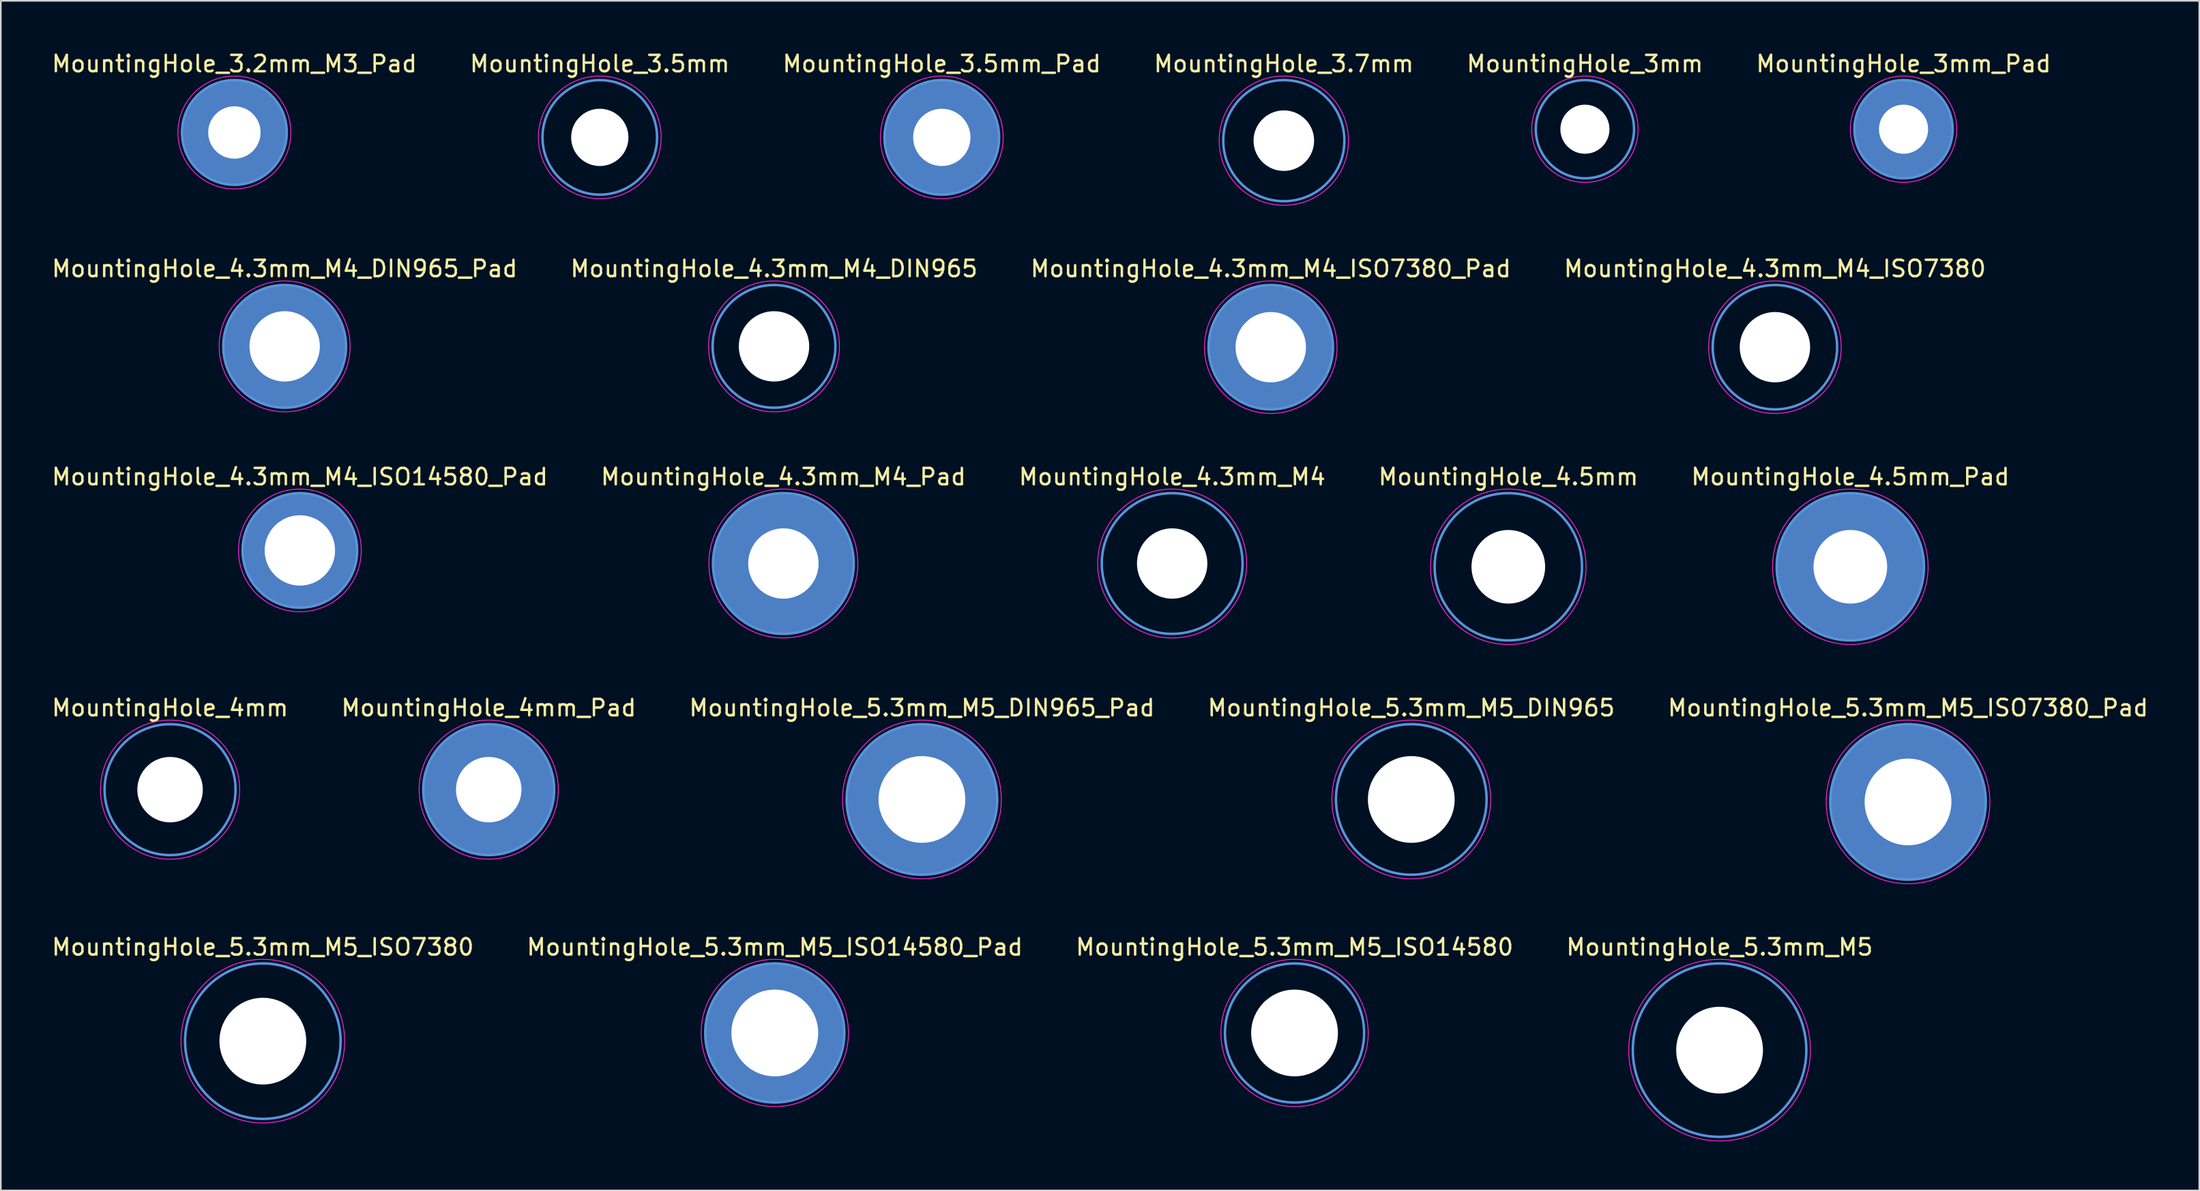
<source format=kicad_pcb>
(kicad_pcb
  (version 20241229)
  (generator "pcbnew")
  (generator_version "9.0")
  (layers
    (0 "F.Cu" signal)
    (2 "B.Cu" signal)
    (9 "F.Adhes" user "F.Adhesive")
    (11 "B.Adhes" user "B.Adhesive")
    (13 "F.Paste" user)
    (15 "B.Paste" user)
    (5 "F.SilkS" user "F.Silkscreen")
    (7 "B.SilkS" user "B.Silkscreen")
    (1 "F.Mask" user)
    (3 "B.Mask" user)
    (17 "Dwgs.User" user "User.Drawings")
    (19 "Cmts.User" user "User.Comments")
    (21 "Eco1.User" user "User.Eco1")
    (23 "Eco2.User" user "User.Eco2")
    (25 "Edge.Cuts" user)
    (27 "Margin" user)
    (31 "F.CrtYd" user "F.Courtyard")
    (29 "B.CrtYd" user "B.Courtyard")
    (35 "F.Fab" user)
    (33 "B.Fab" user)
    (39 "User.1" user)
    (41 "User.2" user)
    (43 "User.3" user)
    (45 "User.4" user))
  (footprint "MountingHole_4.5mm_Pad"
    (layer "F.Cu")
    (at 109.982 31.595)
    (property "Reference" "MountingHole_4.5mm_Pad" (at 0 -5.5 0) (layer "F.SilkS") (effects (font (size 1 1) (thickness 0.15))))
    (attr through_hole)
    (fp_circle (center 0 0) (end 4.5 0) (stroke (width 0.15) (type solid)) (fill no) (layer "Cmts.User"))
    (fp_circle (center 0 0) (end 4.75 0) (stroke (width 0.05) (type solid)) (fill no) (layer "F.CrtYd"))
    (pad "1" thru_hole circle (at 0 0) (size 9 9) (drill 4.5) (layers "*.Cu" "*.Mask")))
  (footprint "MountingHole_4.3mm_M4_DIN965_Pad"
    (layer "F.Cu")
    (at 14.339 18.122)
    (property "Reference" "MountingHole_4.3mm_M4_DIN965_Pad" (at 0 -4.75 0) (layer "F.SilkS") (effects (font (size 1 1) (thickness 0.15))))
    (attr through_hole)
    (fp_circle (center 0 0) (end 3.75 0) (stroke (width 0.15) (type solid)) (fill no) (layer "Cmts.User"))
    (fp_circle (center 0 0) (end 4 0) (stroke (width 0.05) (type solid)) (fill no) (layer "F.CrtYd"))
    (pad "1" thru_hole circle (at 0 0) (size 7.5 7.5) (drill 4.3) (layers "*.Cu" "*.Mask")))
  (footprint "MountingHole_4.3mm_M4_ISO7380_Pad"
    (layer "F.Cu")
    (at 74.577 18.172)
    (property "Reference" "MountingHole_4.3mm_M4_ISO7380_Pad" (at 0 -4.8 0) (layer "F.SilkS") (effects (font (size 1 1) (thickness 0.15))))
    (attr through_hole)
    (fp_circle (center 0 0) (end 3.8 0) (stroke (width 0.15) (type solid)) (fill no) (layer "Cmts.User"))
    (fp_circle (center 0 0) (end 4.05 0) (stroke (width 0.05) (type solid)) (fill no) (layer "F.CrtYd"))
    (pad "1" thru_hole circle (at 0 0) (size 7.6 7.6) (drill 4.3) (layers "*.Cu" "*.Mask")))
  (footprint "MountingHole_5.3mm_M5_ISO14580_Pad"
    (layer "F.Cu")
    (at 44.28 60.091)
    (property "Reference" "MountingHole_5.3mm_M5_ISO14580_Pad" (at 0 -5.25 0) (layer "F.SilkS") (effects (font (size 1 1) (thickness 0.15))))
    (attr through_hole)
    (fp_circle (center 0 0) (end 4.25 0) (stroke (width 0.15) (type solid)) (fill no) (layer "Cmts.User"))
    (fp_circle (center 0 0) (end 4.5 0) (stroke (width 0.05) (type solid)) (fill no) (layer "F.CrtYd"))
    (pad "1" thru_hole circle (at 0 0) (size 8.5 8.5) (drill 5.3) (layers "*.Cu" "*.Mask")))
  (footprint "MountingHole_3.7mm"
    (layer "F.Cu")
    (at 75.375 5.548)
    (property "Reference" "MountingHole_3.7mm" (at 0 -4.7 0) (layer "F.SilkS") (effects (font (size 1 1) (thickness 0.15))))
    (attr through_hole)
    (fp_circle (center 0 0) (end 3.7 0) (stroke (width 0.15) (type solid)) (fill no) (layer "Cmts.User"))
    (fp_circle (center 0 0) (end 3.95 0) (stroke (width 0.05) (type solid)) (fill no) (layer "F.CrtYd"))
    (pad "" np_thru_hole circle (at 0 0) (size 3.7 3.7) (drill 3.7) (layers "*.Cu" "*.Mask")))
  (footprint "MountingHole_5.3mm_M5_DIN965"
    (layer "F.Cu")
    (at 83.161 45.818)
    (property "Reference" "MountingHole_5.3mm_M5_DIN965" (at 0 -5.6 0) (layer "F.SilkS") (effects (font (size 1 1) (thickness 0.15))))
    (attr through_hole)
    (fp_circle (center 0 0) (end 4.6 0) (stroke (width 0.15) (type solid)) (fill no) (layer "Cmts.User"))
    (fp_circle (center 0 0) (end 4.85 0) (stroke (width 0.05) (type solid)) (fill no) (layer "F.CrtYd"))
    (pad "" np_thru_hole circle (at 0 0) (size 5.3 5.3) (drill 5.3) (layers "*.Cu" "*.Mask")))
  (footprint "MountingHole_5.3mm_M5_ISO7380"
    (layer "F.Cu")
    (at 13.006 60.591)
    (property "Reference" "MountingHole_5.3mm_M5_ISO7380" (at 0 -5.75 0) (layer "F.SilkS") (effects (font (size 1 1) (thickness 0.15))))
    (attr through_hole)
    (fp_circle (center 0 0) (end 4.75 0) (stroke (width 0.15) (type solid)) (fill no) (layer "Cmts.User"))
    (fp_circle (center 0 0) (end 5 0) (stroke (width 0.05) (type solid)) (fill no) (layer "F.CrtYd"))
    (pad "" np_thru_hole circle (at 0 0) (size 5.3 5.3) (drill 5.3) (layers "*.Cu" "*.Mask")))
  (footprint "MountingHole_3.2mm_M3_Pad"
    (layer "F.Cu")
    (at 11.268 5.048)
    (property "Reference" "MountingHole_3.2mm_M3_Pad" (at 0 -4.2 0) (layer "F.SilkS") (effects (font (size 1 1) (thickness 0.15))))
    (attr through_hole)
    (fp_circle (center 0 0) (end 3.2 0) (stroke (width 0.15) (type solid)) (fill no) (layer "Cmts.User"))
    (fp_circle (center 0 0) (end 3.45 0) (stroke (width 0.05) (type solid)) (fill no) (layer "F.CrtYd"))
    (pad "1" thru_hole circle (at 0 0) (size 6.4 6.4) (drill 3.2) (layers "*.Cu" "*.Mask")))
  (footprint "MountingHole_5.3mm_M5_ISO7380_Pad"
    (layer "F.Cu")
    (at 113.506 45.968)
    (property "Reference" "MountingHole_5.3mm_M5_ISO7380_Pad" (at 0 -5.75 0) (layer "F.SilkS") (effects (font (size 1 1) (thickness 0.15))))
    (attr through_hole)
    (fp_circle (center 0 0) (end 4.75 0) (stroke (width 0.15) (type solid)) (fill no) (layer "Cmts.User"))
    (fp_circle (center 0 0) (end 5 0) (stroke (width 0.05) (type solid)) (fill no) (layer "F.CrtYd"))
    (pad "1" thru_hole circle (at 0 0) (size 9.5 9.5) (drill 5.3) (layers "*.Cu" "*.Mask")))
  (footprint "MountingHole_4mm"
    (layer "F.Cu")
    (at 7.339 45.218)
    (property "Reference" "MountingHole_4mm" (at 0 -5 0) (layer "F.SilkS") (effects (font (size 1 1) (thickness 0.15))))
    (attr through_hole)
    (fp_circle (center 0 0) (end 4 0) (stroke (width 0.15) (type solid)) (fill no) (layer "Cmts.User"))
    (fp_circle (center 0 0) (end 4.25 0) (stroke (width 0.05) (type solid)) (fill no) (layer "F.CrtYd"))
    (pad "" np_thru_hole circle (at 0 0) (size 4 4) (drill 4) (layers "*.Cu" "*.Mask")))
  (footprint "MountingHole_4.5mm"
    (layer "F.Cu")
    (at 89.089 31.595)
    (property "Reference" "MountingHole_4.5mm" (at 0 -5.5 0) (layer "F.SilkS") (effects (font (size 1 1) (thickness 0.15))))
    (attr through_hole)
    (fp_circle (center 0 0) (end 4.5 0) (stroke (width 0.15) (type solid)) (fill no) (layer "Cmts.User"))
    (fp_circle (center 0 0) (end 4.75 0) (stroke (width 0.05) (type solid)) (fill no) (layer "F.CrtYd"))
    (pad "" np_thru_hole circle (at 0 0) (size 4.5 4.5) (drill 4.5) (layers "*.Cu" "*.Mask")))
  (footprint "MountingHole_5.3mm_M5"
    (layer "F.Cu")
    (at 101.994 61.141)
    (property "Reference" "MountingHole_5.3mm_M5" (at 0 -6.3 0) (layer "F.SilkS") (effects (font (size 1 1) (thickness 0.15))))
    (attr through_hole)
    (fp_circle (center 0 0) (end 5.3 0) (stroke (width 0.15) (type solid)) (fill no) (layer "Cmts.User"))
    (fp_circle (center 0 0) (end 5.55 0) (stroke (width 0.05) (type solid)) (fill no) (layer "F.CrtYd"))
    (pad "" np_thru_hole circle (at 0 0) (size 5.3 5.3) (drill 5.3) (layers "*.Cu" "*.Mask")))
  (footprint "MountingHole_3.5mm_Pad"
    (layer "F.Cu")
    (at 54.482 5.348)
    (property "Reference" "MountingHole_3.5mm_Pad" (at 0 -4.5 0) (layer "F.SilkS") (effects (font (size 1 1) (thickness 0.15))))
    (attr through_hole)
    (fp_circle (center 0 0) (end 3.5 0) (stroke (width 0.15) (type solid)) (fill no) (layer "Cmts.User"))
    (fp_circle (center 0 0) (end 3.75 0) (stroke (width 0.05) (type solid)) (fill no) (layer "F.CrtYd"))
    (pad "1" thru_hole circle (at 0 0) (size 7 7) (drill 3.5) (layers "*.Cu" "*.Mask")))
  (footprint "MountingHole_5.3mm_M5_DIN965_Pad"
    (layer "F.Cu")
    (at 53.268 45.818)
    (property "Reference" "MountingHole_5.3mm_M5_DIN965_Pad" (at 0 -5.6 0) (layer "F.SilkS") (effects (font (size 1 1) (thickness 0.15))))
    (attr through_hole)
    (fp_circle (center 0 0) (end 4.6 0) (stroke (width 0.15) (type solid)) (fill no) (layer "Cmts.User"))
    (fp_circle (center 0 0) (end 4.85 0) (stroke (width 0.05) (type solid)) (fill no) (layer "F.CrtYd"))
    (pad "1" thru_hole circle (at 0 0) (size 9.2 9.2) (drill 5.3) (layers "*.Cu" "*.Mask")))
  (footprint "MountingHole_4.3mm_M4_DIN965"
    (layer "F.Cu")
    (at 44.232 18.122)
    (property "Reference" "MountingHole_4.3mm_M4_DIN965" (at 0 -4.75 0) (layer "F.SilkS") (effects (font (size 1 1) (thickness 0.15))))
    (attr through_hole)
    (fp_circle (center 0 0) (end 3.75 0) (stroke (width 0.15) (type solid)) (fill no) (layer "Cmts.User"))
    (fp_circle (center 0 0) (end 4 0) (stroke (width 0.05) (type solid)) (fill no) (layer "F.CrtYd"))
    (pad "" np_thru_hole circle (at 0 0) (size 4.3 4.3) (drill 4.3) (layers "*.Cu" "*.Mask")))
  (footprint "MountingHole_4.3mm_M4_Pad"
    (layer "F.Cu")
    (at 44.804 31.395)
    (property "Reference" "MountingHole_4.3mm_M4_Pad" (at 0 -5.3 0) (layer "F.SilkS") (effects (font (size 1 1) (thickness 0.15))))
    (attr through_hole)
    (fp_circle (center 0 0) (end 4.3 0) (stroke (width 0.15) (type solid)) (fill no) (layer "Cmts.User"))
    (fp_circle (center 0 0) (end 4.55 0) (stroke (width 0.05) (type solid)) (fill no) (layer "F.CrtYd"))
    (pad "1" thru_hole circle (at 0 0) (size 8.6 8.6) (drill 4.3) (layers "*.Cu" "*.Mask")))
  (footprint "MountingHole_3.5mm"
    (layer "F.Cu")
    (at 33.589 5.348)
    (property "Reference" "MountingHole_3.5mm" (at 0 -4.5 0) (layer "F.SilkS") (effects (font (size 1 1) (thickness 0.15))))
    (attr through_hole)
    (fp_circle (center 0 0) (end 3.5 0) (stroke (width 0.15) (type solid)) (fill no) (layer "Cmts.User"))
    (fp_circle (center 0 0) (end 3.75 0) (stroke (width 0.05) (type solid)) (fill no) (layer "F.CrtYd"))
    (pad "" np_thru_hole circle (at 0 0) (size 3.5 3.5) (drill 3.5) (layers "*.Cu" "*.Mask")))
  (footprint "MountingHole_3mm_Pad"
    (layer "F.Cu")
    (at 113.232 4.848)
    (property "Reference" "MountingHole_3mm_Pad" (at 0 -4 0) (layer "F.SilkS") (effects (font (size 1 1) (thickness 0.15))))
    (attr through_hole)
    (fp_circle (center 0 0) (end 3 0) (stroke (width 0.15) (type solid)) (fill no) (layer "Cmts.User"))
    (fp_circle (center 0 0) (end 3.25 0) (stroke (width 0.05) (type solid)) (fill no) (layer "F.CrtYd"))
    (pad "1" thru_hole circle (at 0 0) (size 6 6) (drill 3) (layers "*.Cu" "*.Mask")))
  (footprint "MountingHole_4.3mm_M4_ISO7380"
    (layer "F.Cu")
    (at 105.375 18.172)
    (property "Reference" "MountingHole_4.3mm_M4_ISO7380" (at 0 -4.8 0) (layer "F.SilkS") (effects (font (size 1 1) (thickness 0.15))))
    (attr through_hole)
    (fp_circle (center 0 0) (end 3.8 0) (stroke (width 0.15) (type solid)) (fill no) (layer "Cmts.User"))
    (fp_circle (center 0 0) (end 4.05 0) (stroke (width 0.05) (type solid)) (fill no) (layer "F.CrtYd"))
    (pad "" np_thru_hole circle (at 0 0) (size 4.3 4.3) (drill 4.3) (layers "*.Cu" "*.Mask")))
  (footprint "MountingHole_4mm_Pad"
    (layer "F.Cu")
    (at 26.804 45.218)
    (property "Reference" "MountingHole_4mm_Pad" (at 0 -5 0) (layer "F.SilkS") (effects (font (size 1 1) (thickness 0.15))))
    (attr through_hole)
    (fp_circle (center 0 0) (end 4 0) (stroke (width 0.15) (type solid)) (fill no) (layer "Cmts.User"))
    (fp_circle (center 0 0) (end 4.25 0) (stroke (width 0.05) (type solid)) (fill no) (layer "F.CrtYd"))
    (pad "1" thru_hole circle (at 0 0) (size 8 8) (drill 4) (layers "*.Cu" "*.Mask")))
  (footprint "MountingHole_5.3mm_M5_ISO14580"
    (layer "F.Cu")
    (at 76.03 60.091)
    (property "Reference" "MountingHole_5.3mm_M5_ISO14580" (at 0 -5.25 0) (layer "F.SilkS") (effects (font (size 1 1) (thickness 0.15))))
    (attr through_hole)
    (fp_circle (center 0 0) (end 4.25 0) (stroke (width 0.15) (type solid)) (fill no) (layer "Cmts.User"))
    (fp_circle (center 0 0) (end 4.5 0) (stroke (width 0.05) (type solid)) (fill no) (layer "F.CrtYd"))
    (pad "" np_thru_hole circle (at 0 0) (size 5.3 5.3) (drill 5.3) (layers "*.Cu" "*.Mask")))
  (footprint "MountingHole_4.3mm_M4_ISO14580_Pad"
    (layer "F.Cu")
    (at 15.268 30.595)
    (property "Reference" "MountingHole_4.3mm_M4_ISO14580_Pad" (at 0 -4.5 0) (layer "F.SilkS") (effects (font (size 1 1) (thickness 0.15))))
    (attr through_hole)
    (fp_circle (center 0 0) (end 3.5 0) (stroke (width 0.15) (type solid)) (fill no) (layer "Cmts.User"))
    (fp_circle (center 0 0) (end 3.75 0) (stroke (width 0.05) (type solid)) (fill no) (layer "F.CrtYd"))
    (pad "1" thru_hole circle (at 0 0) (size 7 7) (drill 4.3) (layers "*.Cu" "*.Mask")))
  (footprint "MountingHole_3mm"
    (layer "F.Cu")
    (at 93.768 4.848)
    (property "Reference" "MountingHole_3mm" (at 0 -4 0) (layer "F.SilkS") (effects (font (size 1 1) (thickness 0.15))))
    (attr through_hole)
    (fp_circle (center 0 0) (end 3 0) (stroke (width 0.15) (type solid)) (fill no) (layer "Cmts.User"))
    (fp_circle (center 0 0) (end 3.25 0) (stroke (width 0.05) (type solid)) (fill no) (layer "F.CrtYd"))
    (pad "" np_thru_hole circle (at 0 0) (size 3 3) (drill 3) (layers "*.Cu" "*.Mask")))
  (footprint "MountingHole_4.3mm_M4"
    (layer "F.Cu")
    (at 68.554 31.395)
    (property "Reference" "MountingHole_4.3mm_M4" (at 0 -5.3 0) (layer "F.SilkS") (effects (font (size 1 1) (thickness 0.15))))
    (attr through_hole)
    (fp_circle (center 0 0) (end 4.3 0) (stroke (width 0.15) (type solid)) (fill no) (layer "Cmts.User"))
    (fp_circle (center 0 0) (end 4.55 0) (stroke (width 0.05) (type solid)) (fill no) (layer "F.CrtYd"))
    (pad "" np_thru_hole circle (at 0 0) (size 4.3 4.3) (drill 4.3) (layers "*.Cu" "*.Mask")))
  (gr_rect
    (start -3 -3)
    (end 131.298 69.716)
    (stroke (width 0.1) (type default))
    (fill no)
    (layer "Edge.Cuts")))
</source>
